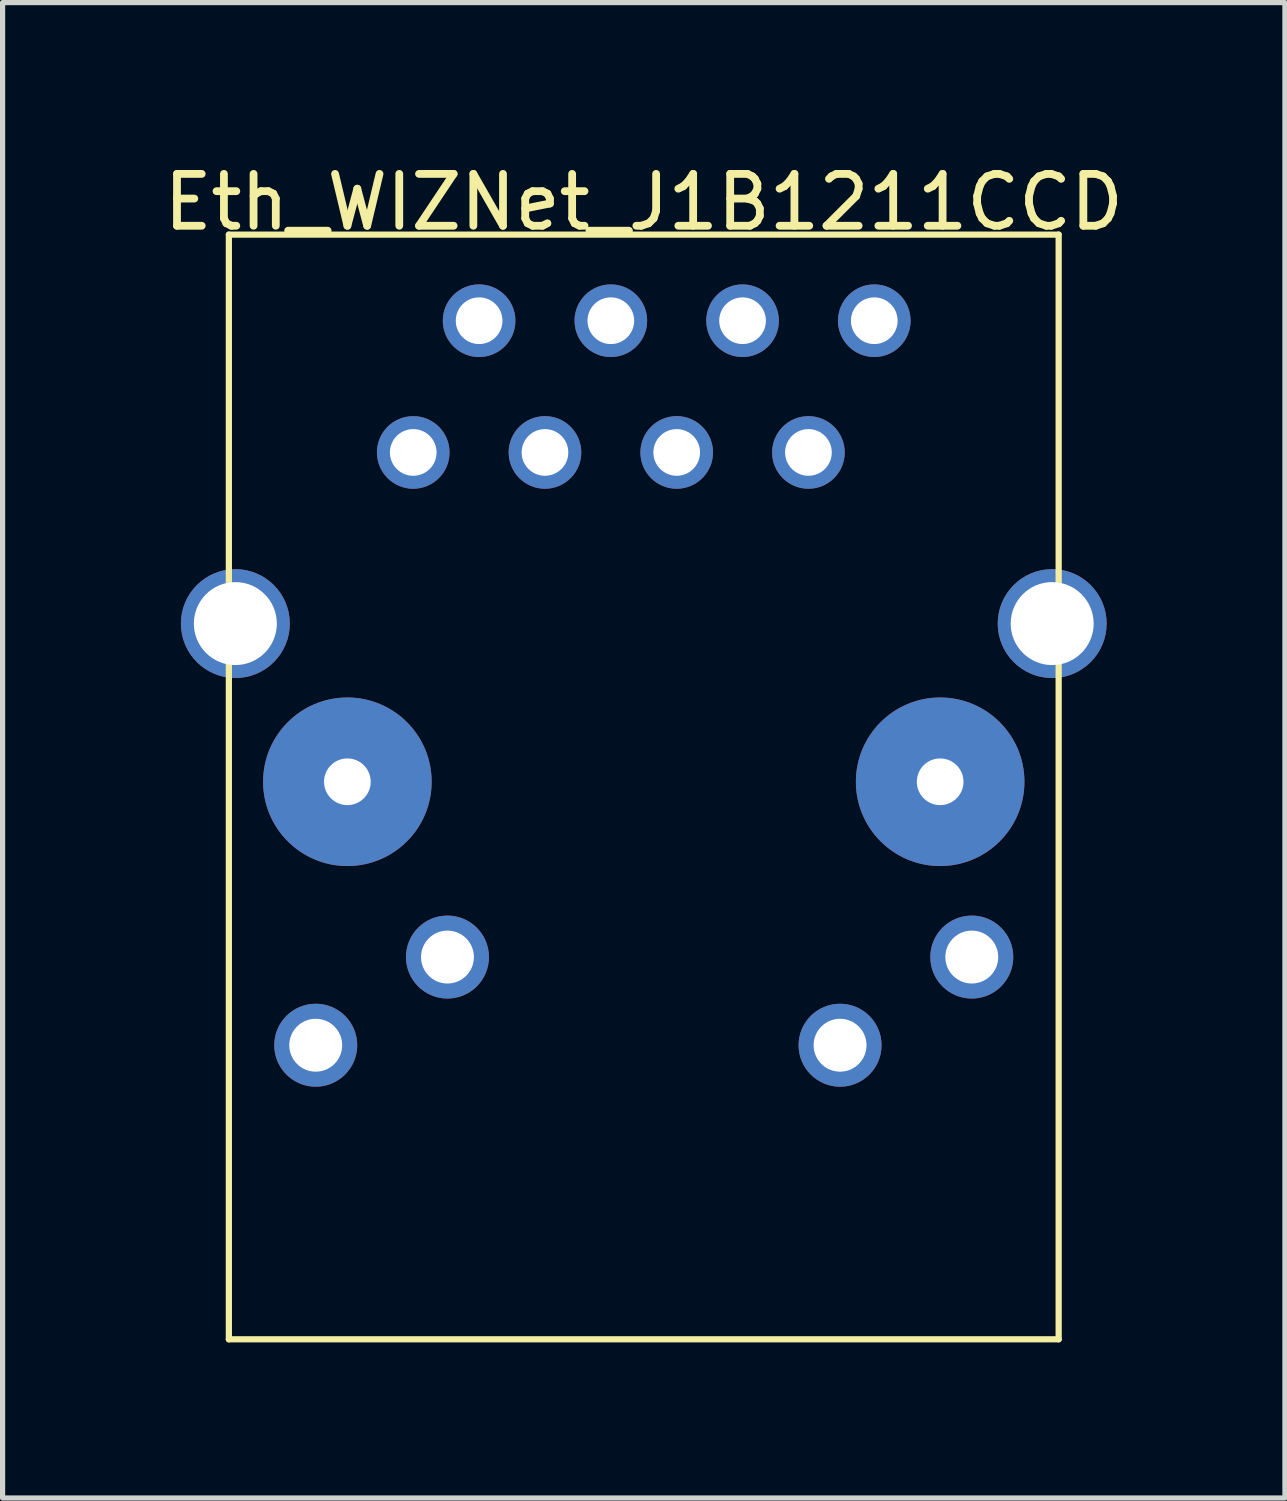
<source format=kicad_pcb>
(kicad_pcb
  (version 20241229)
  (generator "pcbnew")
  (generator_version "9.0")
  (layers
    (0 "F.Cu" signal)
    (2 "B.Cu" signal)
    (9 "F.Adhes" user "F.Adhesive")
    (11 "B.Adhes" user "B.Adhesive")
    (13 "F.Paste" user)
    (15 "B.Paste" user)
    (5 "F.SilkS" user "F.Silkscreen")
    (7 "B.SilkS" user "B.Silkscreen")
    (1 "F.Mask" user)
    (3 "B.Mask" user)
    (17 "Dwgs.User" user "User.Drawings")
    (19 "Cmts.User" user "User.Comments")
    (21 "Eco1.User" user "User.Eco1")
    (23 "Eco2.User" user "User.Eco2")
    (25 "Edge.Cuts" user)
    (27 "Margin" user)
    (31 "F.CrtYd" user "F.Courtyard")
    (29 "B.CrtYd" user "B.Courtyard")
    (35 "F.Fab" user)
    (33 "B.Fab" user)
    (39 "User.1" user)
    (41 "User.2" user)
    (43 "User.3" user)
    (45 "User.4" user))
  (footprint "Eth_WIZNet_J1B1211CCD"
    (layer "F.Cu")
    (at 9.363 12.024)
    (property "Reference" "Eth_WIZNet_J1B1211CCD" (at 0 -11.176 0) (layer "F.SilkS") (effects (font (size 1 1) (thickness 0.15))))
    (attr through_hole)
    (fp_line (start -8 -10.55) (end -8 10.75) (stroke (width 0.12) (type solid)) (layer "F.SilkS"))
    (fp_line (start -8 10.75) (end 8 10.75) (stroke (width 0.12) (type solid)) (layer "F.SilkS"))
    (fp_line (start 8 -10.55) (end -8 -10.55) (stroke (width 0.12) (type solid)) (layer "F.SilkS"))
    (fp_line (start 8 10.75) (end 8 -10.55) (stroke (width 0.12) (type solid)) (layer "F.SilkS"))
    (pad "" np_thru_hole circle (at -5.715 0) (size 3.25 3.25) (drill 0.9) (layers "*.Cu" "*.Mask"))
    (pad "" np_thru_hole circle (at 5.715 0) (size 3.25 3.25) (drill 0.9) (layers "*.Cu" "*.Mask"))
    (pad "1" thru_hole circle (at -4.445 -6.35) (size 1.4 1.4) (drill 0.9) (layers "*.Cu" "*.Mask"))
    (pad "2" thru_hole circle (at -3.175 -8.89) (size 1.4 1.4) (drill 0.9) (layers "*.Cu" "*.Mask"))
    (pad "3" thru_hole circle (at -1.905 -6.35) (size 1.4 1.4) (drill 0.9) (layers "*.Cu" "*.Mask"))
    (pad "4" thru_hole circle (at -0.635 -8.89) (size 1.4 1.4) (drill 0.9) (layers "*.Cu" "*.Mask"))
    (pad "5" thru_hole circle (at 0.635 -6.35) (size 1.4 1.4) (drill 0.9) (layers "*.Cu" "*.Mask"))
    (pad "6" thru_hole circle (at 1.905 -8.89) (size 1.4 1.4) (drill 0.9) (layers "*.Cu" "*.Mask"))
    (pad "7" thru_hole circle (at 3.175 -6.35) (size 1.4 1.4) (drill 0.9) (layers "*.Cu" "*.Mask"))
    (pad "8" thru_hole circle (at 4.445 -8.89) (size 1.4 1.4) (drill 0.9) (layers "*.Cu" "*.Mask"))
    (pad "9" thru_hole circle (at -6.325 5.08) (size 1.6 1.6) (drill 1.02) (layers "*.Cu" "*.Mask"))
    (pad "10" thru_hole circle (at -3.785 3.38) (size 1.6 1.6) (drill 1.02) (layers "*.Cu" "*.Mask"))
    (pad "11" thru_hole circle (at 3.785 5.08) (size 1.6 1.6) (drill 1.02) (layers "*.Cu" "*.Mask"))
    (pad "12" thru_hole circle (at 6.325 3.38) (size 1.6 1.6) (drill 1.02) (layers "*.Cu" "*.Mask"))
    (pad "SH" thru_hole circle (at -7.875 -3.05) (size 2.1 2.1) (drill 1.6) (layers "*.Cu" "*.Mask"))
    (pad "SH" thru_hole circle (at 7.875 -3.05) (size 2.1 2.1) (drill 1.6) (layers "*.Cu" "*.Mask")))
  (gr_rect
    (start -3 -3)
    (end 21.726 25.834)
    (stroke (width 0.1) (type default))
    (fill no)
    (layer "Edge.Cuts")))
</source>
